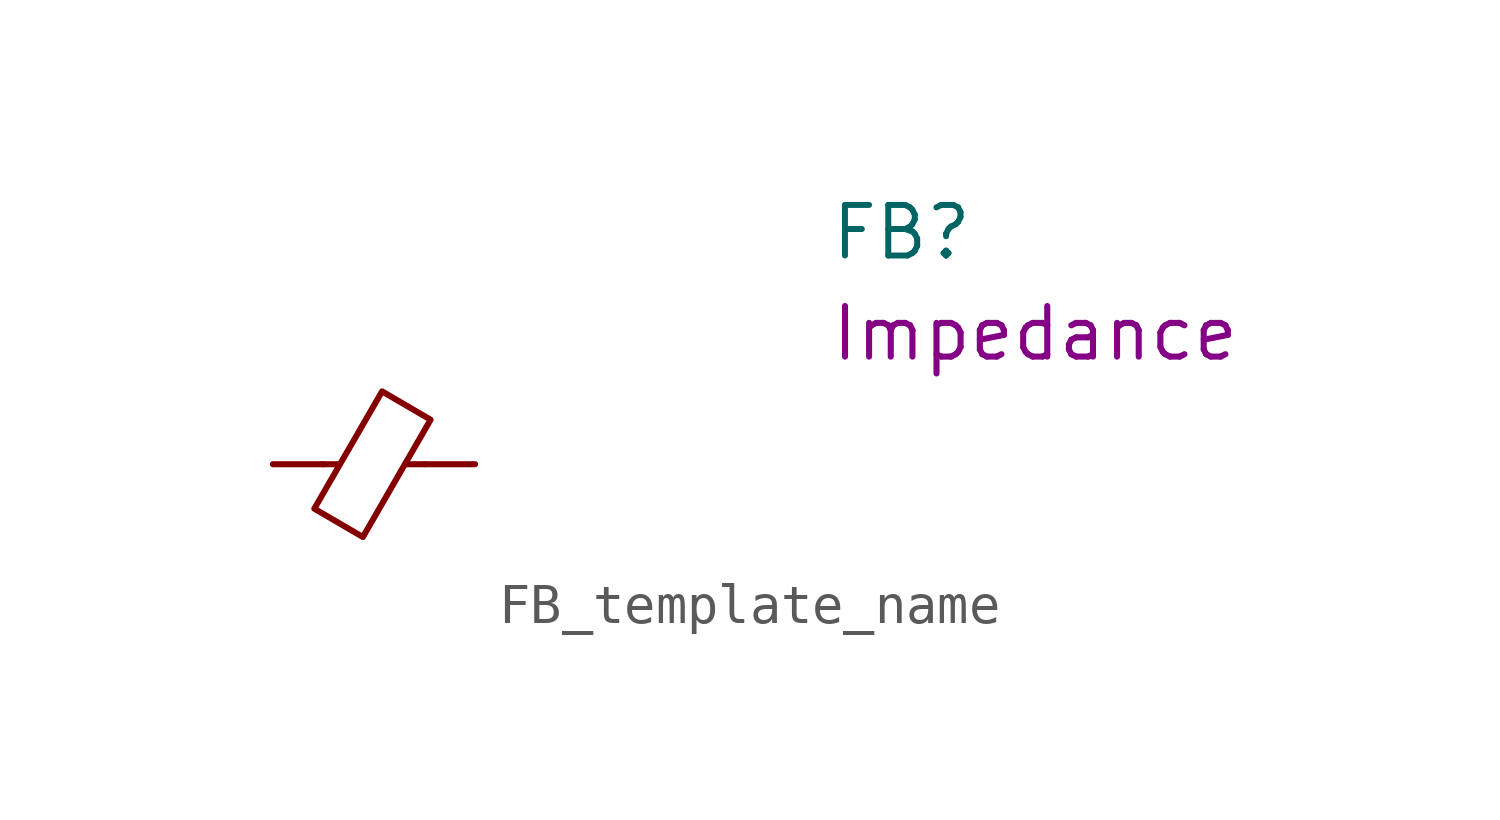
<source format=kicad_sym>
(kicad_symbol_lib
  (version 20211014)
  (generator kicad_symbol_editor)
  (symbol "FB_template_name"
    (pin_numbers hide)
    (pin_names hide)
    (property "Reference" "FB"
      (at 13.97 5.08 0)
      (effects (font (size 1.27 1.27) (thickness 0.15)) (justify left bottom)))
    (property "Val" "Impedance"
      (at 13.97 2.54 0)
      (effects (font (size 1.27 1.27)) (justify left bottom)))
    (symbol "FB_template_name_0_1"
      (polyline (pts (xy 1.651 0) (xy 1.245 0)) (stroke (width 0) (type default) (color 0 0 0 0)) (fill (type none)))
      (polyline (pts (xy 3.81 0) (xy 3.327 0)) (stroke (width 0) (type default) (color 0 0 0 0)) (fill (type none)))
      (polyline (pts (xy 2.261 -1.829) (xy 1.041 -1.118) (xy 2.743 1.829) (xy 3.962 1.118) (xy 2.261 -1.829)) (stroke (width 0) (type default) (color 0 0 0 0)) (fill (type none))))
    (symbol "FB_template_name_1_1"
      (pin passive line (at 0 0 0) (length 1.27) (name "~" (effects (font (size 1.27 1.27)))) (number "1" (effects (font (size 1.27 1.27)))))
      (pin passive line (at 5.08 0 180) (length 1.27) (name "~" (effects (font (size 1.27 1.27)))) (number "2" (effects (font (size 1.27 1.27))))))))
</source>
